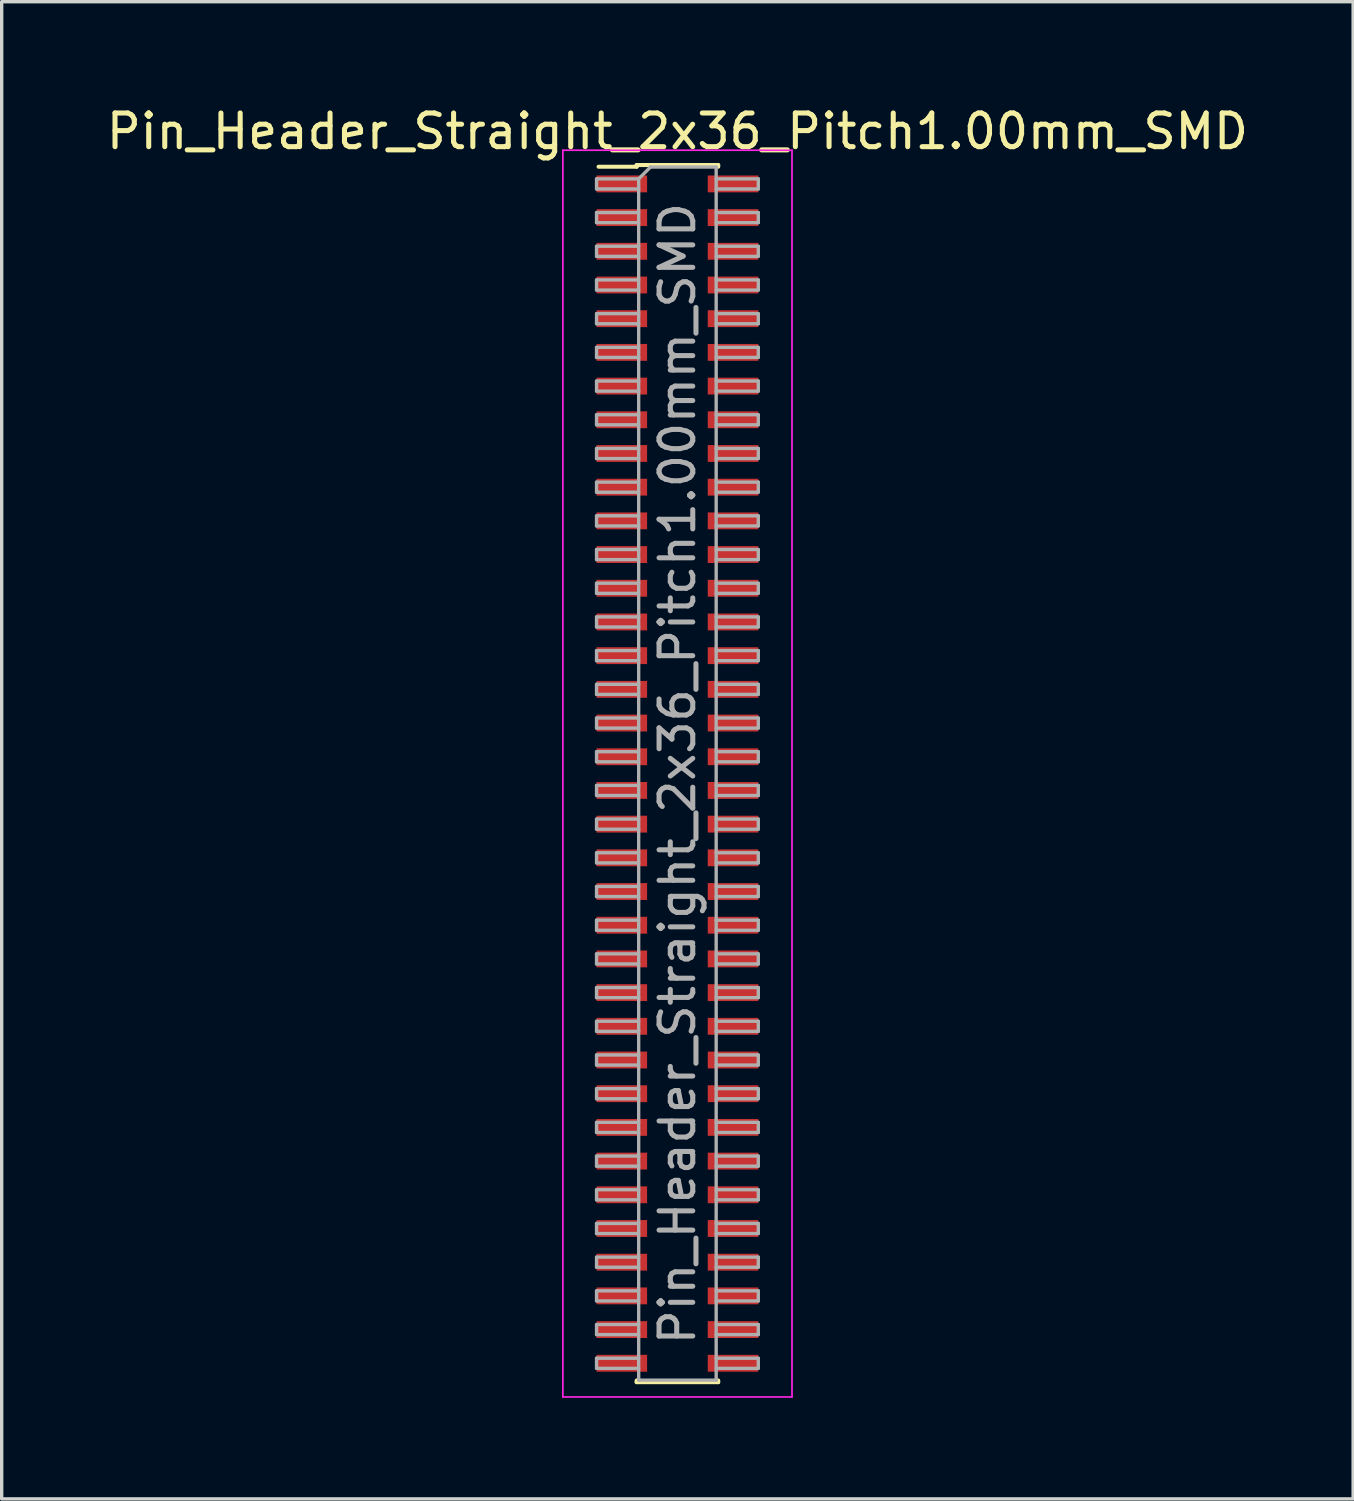
<source format=kicad_pcb>
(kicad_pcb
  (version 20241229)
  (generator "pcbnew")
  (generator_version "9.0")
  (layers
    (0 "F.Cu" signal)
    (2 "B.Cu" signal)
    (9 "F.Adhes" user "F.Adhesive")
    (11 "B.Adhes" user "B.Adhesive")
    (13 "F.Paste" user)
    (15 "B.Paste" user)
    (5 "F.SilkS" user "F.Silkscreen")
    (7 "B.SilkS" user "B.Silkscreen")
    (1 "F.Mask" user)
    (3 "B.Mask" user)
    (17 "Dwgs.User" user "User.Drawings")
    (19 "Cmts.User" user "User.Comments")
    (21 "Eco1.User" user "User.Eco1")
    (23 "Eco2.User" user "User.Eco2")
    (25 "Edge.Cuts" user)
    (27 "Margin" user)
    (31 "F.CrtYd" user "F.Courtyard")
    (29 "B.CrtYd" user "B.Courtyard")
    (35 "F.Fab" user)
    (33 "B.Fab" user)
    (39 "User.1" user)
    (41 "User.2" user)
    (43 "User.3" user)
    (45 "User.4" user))
  (footprint "Pin_Header_Straight_2x36_Pitch1.00mm_SMD"
    (layer "F.Cu")
    (at 17.054 19.908)
    (property "Reference" "Pin_Header_Straight_2x36_Pitch1.00mm_SMD" (at 0 -19.06 0) (layer "F.SilkS") (effects (font (size 1 1) (thickness 0.15))))
    (attr smd)
    (fp_line (start -2.34 -18.01) (end -1.21 -18.01) (stroke (width 0.12) (type solid)) (layer "F.SilkS"))
    (fp_line (start -1.21 -18.06) (end -1.21 -18.01) (stroke (width 0.12) (type solid)) (layer "F.SilkS"))
    (fp_line (start -1.21 -18.06) (end 1.21 -18.06) (stroke (width 0.12) (type solid)) (layer "F.SilkS"))
    (fp_line (start -1.21 18.01) (end -1.21 18.06) (stroke (width 0.12) (type solid)) (layer "F.SilkS"))
    (fp_line (start -1.21 18.06) (end 1.21 18.06) (stroke (width 0.12) (type solid)) (layer "F.SilkS"))
    (fp_line (start 1.21 -18.06) (end 1.21 -18.01) (stroke (width 0.12) (type solid)) (layer "F.SilkS"))
    (fp_line (start 1.21 18.01) (end 1.21 18.06) (stroke (width 0.12) (type solid)) (layer "F.SilkS"))
    (fp_line (start -3.4 -18.5) (end -3.4 18.5) (stroke (width 0.05) (type solid)) (layer "F.CrtYd"))
    (fp_line (start -3.4 18.5) (end 3.4 18.5) (stroke (width 0.05) (type solid)) (layer "F.CrtYd"))
    (fp_line (start 3.4 -18.5) (end -3.4 -18.5) (stroke (width 0.05) (type solid)) (layer "F.CrtYd"))
    (fp_line (start 3.4 18.5) (end 3.4 -18.5) (stroke (width 0.05) (type solid)) (layer "F.CrtYd"))
    (fp_line (start -2.4 -17.65) (end -2.4 -17.35) (stroke (width 0.1) (type solid)) (layer "F.Fab"))
    (fp_line (start -2.4 -17.35) (end -1.15 -17.35) (stroke (width 0.1) (type solid)) (layer "F.Fab"))
    (fp_line (start -2.4 -16.65) (end -2.4 -16.35) (stroke (width 0.1) (type solid)) (layer "F.Fab"))
    (fp_line (start -2.4 -16.35) (end -1.15 -16.35) (stroke (width 0.1) (type solid)) (layer "F.Fab"))
    (fp_line (start -2.4 -15.65) (end -2.4 -15.35) (stroke (width 0.1) (type solid)) (layer "F.Fab"))
    (fp_line (start -2.4 -15.35) (end -1.15 -15.35) (stroke (width 0.1) (type solid)) (layer "F.Fab"))
    (fp_line (start -2.4 -14.65) (end -2.4 -14.35) (stroke (width 0.1) (type solid)) (layer "F.Fab"))
    (fp_line (start -2.4 -14.35) (end -1.15 -14.35) (stroke (width 0.1) (type solid)) (layer "F.Fab"))
    (fp_line (start -2.4 -13.65) (end -2.4 -13.35) (stroke (width 0.1) (type solid)) (layer "F.Fab"))
    (fp_line (start -2.4 -13.35) (end -1.15 -13.35) (stroke (width 0.1) (type solid)) (layer "F.Fab"))
    (fp_line (start -2.4 -12.65) (end -2.4 -12.35) (stroke (width 0.1) (type solid)) (layer "F.Fab"))
    (fp_line (start -2.4 -12.35) (end -1.15 -12.35) (stroke (width 0.1) (type solid)) (layer "F.Fab"))
    (fp_line (start -2.4 -11.65) (end -2.4 -11.35) (stroke (width 0.1) (type solid)) (layer "F.Fab"))
    (fp_line (start -2.4 -11.35) (end -1.15 -11.35) (stroke (width 0.1) (type solid)) (layer "F.Fab"))
    (fp_line (start -2.4 -10.65) (end -2.4 -10.35) (stroke (width 0.1) (type solid)) (layer "F.Fab"))
    (fp_line (start -2.4 -10.35) (end -1.15 -10.35) (stroke (width 0.1) (type solid)) (layer "F.Fab"))
    (fp_line (start -2.4 -9.65) (end -2.4 -9.35) (stroke (width 0.1) (type solid)) (layer "F.Fab"))
    (fp_line (start -2.4 -9.35) (end -1.15 -9.35) (stroke (width 0.1) (type solid)) (layer "F.Fab"))
    (fp_line (start -2.4 -8.65) (end -2.4 -8.35) (stroke (width 0.1) (type solid)) (layer "F.Fab"))
    (fp_line (start -2.4 -8.35) (end -1.15 -8.35) (stroke (width 0.1) (type solid)) (layer "F.Fab"))
    (fp_line (start -2.4 -7.65) (end -2.4 -7.35) (stroke (width 0.1) (type solid)) (layer "F.Fab"))
    (fp_line (start -2.4 -7.35) (end -1.15 -7.35) (stroke (width 0.1) (type solid)) (layer "F.Fab"))
    (fp_line (start -2.4 -6.65) (end -2.4 -6.35) (stroke (width 0.1) (type solid)) (layer "F.Fab"))
    (fp_line (start -2.4 -6.35) (end -1.15 -6.35) (stroke (width 0.1) (type solid)) (layer "F.Fab"))
    (fp_line (start -2.4 -5.65) (end -2.4 -5.35) (stroke (width 0.1) (type solid)) (layer "F.Fab"))
    (fp_line (start -2.4 -5.35) (end -1.15 -5.35) (stroke (width 0.1) (type solid)) (layer "F.Fab"))
    (fp_line (start -2.4 -4.65) (end -2.4 -4.35) (stroke (width 0.1) (type solid)) (layer "F.Fab"))
    (fp_line (start -2.4 -4.35) (end -1.15 -4.35) (stroke (width 0.1) (type solid)) (layer "F.Fab"))
    (fp_line (start -2.4 -3.65) (end -2.4 -3.35) (stroke (width 0.1) (type solid)) (layer "F.Fab"))
    (fp_line (start -2.4 -3.35) (end -1.15 -3.35) (stroke (width 0.1) (type solid)) (layer "F.Fab"))
    (fp_line (start -2.4 -2.65) (end -2.4 -2.35) (stroke (width 0.1) (type solid)) (layer "F.Fab"))
    (fp_line (start -2.4 -2.35) (end -1.15 -2.35) (stroke (width 0.1) (type solid)) (layer "F.Fab"))
    (fp_line (start -2.4 -1.65) (end -2.4 -1.35) (stroke (width 0.1) (type solid)) (layer "F.Fab"))
    (fp_line (start -2.4 -1.35) (end -1.15 -1.35) (stroke (width 0.1) (type solid)) (layer "F.Fab"))
    (fp_line (start -2.4 -0.65) (end -2.4 -0.35) (stroke (width 0.1) (type solid)) (layer "F.Fab"))
    (fp_line (start -2.4 -0.35) (end -1.15 -0.35) (stroke (width 0.1) (type solid)) (layer "F.Fab"))
    (fp_line (start -2.4 0.35) (end -2.4 0.65) (stroke (width 0.1) (type solid)) (layer "F.Fab"))
    (fp_line (start -2.4 0.65) (end -1.15 0.65) (stroke (width 0.1) (type solid)) (layer "F.Fab"))
    (fp_line (start -2.4 1.35) (end -2.4 1.65) (stroke (width 0.1) (type solid)) (layer "F.Fab"))
    (fp_line (start -2.4 1.65) (end -1.15 1.65) (stroke (width 0.1) (type solid)) (layer "F.Fab"))
    (fp_line (start -2.4 2.35) (end -2.4 2.65) (stroke (width 0.1) (type solid)) (layer "F.Fab"))
    (fp_line (start -2.4 2.65) (end -1.15 2.65) (stroke (width 0.1) (type solid)) (layer "F.Fab"))
    (fp_line (start -2.4 3.35) (end -2.4 3.65) (stroke (width 0.1) (type solid)) (layer "F.Fab"))
    (fp_line (start -2.4 3.65) (end -1.15 3.65) (stroke (width 0.1) (type solid)) (layer "F.Fab"))
    (fp_line (start -2.4 4.35) (end -2.4 4.65) (stroke (width 0.1) (type solid)) (layer "F.Fab"))
    (fp_line (start -2.4 4.65) (end -1.15 4.65) (stroke (width 0.1) (type solid)) (layer "F.Fab"))
    (fp_line (start -2.4 5.35) (end -2.4 5.65) (stroke (width 0.1) (type solid)) (layer "F.Fab"))
    (fp_line (start -2.4 5.65) (end -1.15 5.65) (stroke (width 0.1) (type solid)) (layer "F.Fab"))
    (fp_line (start -2.4 6.35) (end -2.4 6.65) (stroke (width 0.1) (type solid)) (layer "F.Fab"))
    (fp_line (start -2.4 6.65) (end -1.15 6.65) (stroke (width 0.1) (type solid)) (layer "F.Fab"))
    (fp_line (start -2.4 7.35) (end -2.4 7.65) (stroke (width 0.1) (type solid)) (layer "F.Fab"))
    (fp_line (start -2.4 7.65) (end -1.15 7.65) (stroke (width 0.1) (type solid)) (layer "F.Fab"))
    (fp_line (start -2.4 8.35) (end -2.4 8.65) (stroke (width 0.1) (type solid)) (layer "F.Fab"))
    (fp_line (start -2.4 8.65) (end -1.15 8.65) (stroke (width 0.1) (type solid)) (layer "F.Fab"))
    (fp_line (start -2.4 9.35) (end -2.4 9.65) (stroke (width 0.1) (type solid)) (layer "F.Fab"))
    (fp_line (start -2.4 9.65) (end -1.15 9.65) (stroke (width 0.1) (type solid)) (layer "F.Fab"))
    (fp_line (start -2.4 10.35) (end -2.4 10.65) (stroke (width 0.1) (type solid)) (layer "F.Fab"))
    (fp_line (start -2.4 10.65) (end -1.15 10.65) (stroke (width 0.1) (type solid)) (layer "F.Fab"))
    (fp_line (start -2.4 11.35) (end -2.4 11.65) (stroke (width 0.1) (type solid)) (layer "F.Fab"))
    (fp_line (start -2.4 11.65) (end -1.15 11.65) (stroke (width 0.1) (type solid)) (layer "F.Fab"))
    (fp_line (start -2.4 12.35) (end -2.4 12.65) (stroke (width 0.1) (type solid)) (layer "F.Fab"))
    (fp_line (start -2.4 12.65) (end -1.15 12.65) (stroke (width 0.1) (type solid)) (layer "F.Fab"))
    (fp_line (start -2.4 13.35) (end -2.4 13.65) (stroke (width 0.1) (type solid)) (layer "F.Fab"))
    (fp_line (start -2.4 13.65) (end -1.15 13.65) (stroke (width 0.1) (type solid)) (layer "F.Fab"))
    (fp_line (start -2.4 14.35) (end -2.4 14.65) (stroke (width 0.1) (type solid)) (layer "F.Fab"))
    (fp_line (start -2.4 14.65) (end -1.15 14.65) (stroke (width 0.1) (type solid)) (layer "F.Fab"))
    (fp_line (start -2.4 15.35) (end -2.4 15.65) (stroke (width 0.1) (type solid)) (layer "F.Fab"))
    (fp_line (start -2.4 15.65) (end -1.15 15.65) (stroke (width 0.1) (type solid)) (layer "F.Fab"))
    (fp_line (start -2.4 16.35) (end -2.4 16.65) (stroke (width 0.1) (type solid)) (layer "F.Fab"))
    (fp_line (start -2.4 16.65) (end -1.15 16.65) (stroke (width 0.1) (type solid)) (layer "F.Fab"))
    (fp_line (start -2.4 17.35) (end -2.4 17.65) (stroke (width 0.1) (type solid)) (layer "F.Fab"))
    (fp_line (start -2.4 17.65) (end -1.15 17.65) (stroke (width 0.1) (type solid)) (layer "F.Fab"))
    (fp_line (start -1.15 -17.65) (end -2.4 -17.65) (stroke (width 0.1) (type solid)) (layer "F.Fab"))
    (fp_line (start -1.15 -17.65) (end -0.8 -18) (stroke (width 0.1) (type solid)) (layer "F.Fab"))
    (fp_line (start -1.15 -16.65) (end -2.4 -16.65) (stroke (width 0.1) (type solid)) (layer "F.Fab"))
    (fp_line (start -1.15 -15.65) (end -2.4 -15.65) (stroke (width 0.1) (type solid)) (layer "F.Fab"))
    (fp_line (start -1.15 -14.65) (end -2.4 -14.65) (stroke (width 0.1) (type solid)) (layer "F.Fab"))
    (fp_line (start -1.15 -13.65) (end -2.4 -13.65) (stroke (width 0.1) (type solid)) (layer "F.Fab"))
    (fp_line (start -1.15 -12.65) (end -2.4 -12.65) (stroke (width 0.1) (type solid)) (layer "F.Fab"))
    (fp_line (start -1.15 -11.65) (end -2.4 -11.65) (stroke (width 0.1) (type solid)) (layer "F.Fab"))
    (fp_line (start -1.15 -10.65) (end -2.4 -10.65) (stroke (width 0.1) (type solid)) (layer "F.Fab"))
    (fp_line (start -1.15 -9.65) (end -2.4 -9.65) (stroke (width 0.1) (type solid)) (layer "F.Fab"))
    (fp_line (start -1.15 -8.65) (end -2.4 -8.65) (stroke (width 0.1) (type solid)) (layer "F.Fab"))
    (fp_line (start -1.15 -7.65) (end -2.4 -7.65) (stroke (width 0.1) (type solid)) (layer "F.Fab"))
    (fp_line (start -1.15 -6.65) (end -2.4 -6.65) (stroke (width 0.1) (type solid)) (layer "F.Fab"))
    (fp_line (start -1.15 -5.65) (end -2.4 -5.65) (stroke (width 0.1) (type solid)) (layer "F.Fab"))
    (fp_line (start -1.15 -4.65) (end -2.4 -4.65) (stroke (width 0.1) (type solid)) (layer "F.Fab"))
    (fp_line (start -1.15 -3.65) (end -2.4 -3.65) (stroke (width 0.1) (type solid)) (layer "F.Fab"))
    (fp_line (start -1.15 -2.65) (end -2.4 -2.65) (stroke (width 0.1) (type solid)) (layer "F.Fab"))
    (fp_line (start -1.15 -1.65) (end -2.4 -1.65) (stroke (width 0.1) (type solid)) (layer "F.Fab"))
    (fp_line (start -1.15 -0.65) (end -2.4 -0.65) (stroke (width 0.1) (type solid)) (layer "F.Fab"))
    (fp_line (start -1.15 0.35) (end -2.4 0.35) (stroke (width 0.1) (type solid)) (layer "F.Fab"))
    (fp_line (start -1.15 1.35) (end -2.4 1.35) (stroke (width 0.1) (type solid)) (layer "F.Fab"))
    (fp_line (start -1.15 2.35) (end -2.4 2.35) (stroke (width 0.1) (type solid)) (layer "F.Fab"))
    (fp_line (start -1.15 3.35) (end -2.4 3.35) (stroke (width 0.1) (type solid)) (layer "F.Fab"))
    (fp_line (start -1.15 4.35) (end -2.4 4.35) (stroke (width 0.1) (type solid)) (layer "F.Fab"))
    (fp_line (start -1.15 5.35) (end -2.4 5.35) (stroke (width 0.1) (type solid)) (layer "F.Fab"))
    (fp_line (start -1.15 6.35) (end -2.4 6.35) (stroke (width 0.1) (type solid)) (layer "F.Fab"))
    (fp_line (start -1.15 7.35) (end -2.4 7.35) (stroke (width 0.1) (type solid)) (layer "F.Fab"))
    (fp_line (start -1.15 8.35) (end -2.4 8.35) (stroke (width 0.1) (type solid)) (layer "F.Fab"))
    (fp_line (start -1.15 9.35) (end -2.4 9.35) (stroke (width 0.1) (type solid)) (layer "F.Fab"))
    (fp_line (start -1.15 10.35) (end -2.4 10.35) (stroke (width 0.1) (type solid)) (layer "F.Fab"))
    (fp_line (start -1.15 11.35) (end -2.4 11.35) (stroke (width 0.1) (type solid)) (layer "F.Fab"))
    (fp_line (start -1.15 12.35) (end -2.4 12.35) (stroke (width 0.1) (type solid)) (layer "F.Fab"))
    (fp_line (start -1.15 13.35) (end -2.4 13.35) (stroke (width 0.1) (type solid)) (layer "F.Fab"))
    (fp_line (start -1.15 14.35) (end -2.4 14.35) (stroke (width 0.1) (type solid)) (layer "F.Fab"))
    (fp_line (start -1.15 15.35) (end -2.4 15.35) (stroke (width 0.1) (type solid)) (layer "F.Fab"))
    (fp_line (start -1.15 16.35) (end -2.4 16.35) (stroke (width 0.1) (type solid)) (layer "F.Fab"))
    (fp_line (start -1.15 17.35) (end -2.4 17.35) (stroke (width 0.1) (type solid)) (layer "F.Fab"))
    (fp_line (start -1.15 18) (end -1.15 -17.65) (stroke (width 0.1) (type solid)) (layer "F.Fab"))
    (fp_line (start -0.8 -18) (end 1.15 -18) (stroke (width 0.1) (type solid)) (layer "F.Fab"))
    (fp_line (start 1.15 -18) (end 1.15 18) (stroke (width 0.1) (type solid)) (layer "F.Fab"))
    (fp_line (start 1.15 -17.65) (end 2.4 -17.65) (stroke (width 0.1) (type solid)) (layer "F.Fab"))
    (fp_line (start 1.15 -16.65) (end 2.4 -16.65) (stroke (width 0.1) (type solid)) (layer "F.Fab"))
    (fp_line (start 1.15 -15.65) (end 2.4 -15.65) (stroke (width 0.1) (type solid)) (layer "F.Fab"))
    (fp_line (start 1.15 -14.65) (end 2.4 -14.65) (stroke (width 0.1) (type solid)) (layer "F.Fab"))
    (fp_line (start 1.15 -13.65) (end 2.4 -13.65) (stroke (width 0.1) (type solid)) (layer "F.Fab"))
    (fp_line (start 1.15 -12.65) (end 2.4 -12.65) (stroke (width 0.1) (type solid)) (layer "F.Fab"))
    (fp_line (start 1.15 -11.65) (end 2.4 -11.65) (stroke (width 0.1) (type solid)) (layer "F.Fab"))
    (fp_line (start 1.15 -10.65) (end 2.4 -10.65) (stroke (width 0.1) (type solid)) (layer "F.Fab"))
    (fp_line (start 1.15 -9.65) (end 2.4 -9.65) (stroke (width 0.1) (type solid)) (layer "F.Fab"))
    (fp_line (start 1.15 -8.65) (end 2.4 -8.65) (stroke (width 0.1) (type solid)) (layer "F.Fab"))
    (fp_line (start 1.15 -7.65) (end 2.4 -7.65) (stroke (width 0.1) (type solid)) (layer "F.Fab"))
    (fp_line (start 1.15 -6.65) (end 2.4 -6.65) (stroke (width 0.1) (type solid)) (layer "F.Fab"))
    (fp_line (start 1.15 -5.65) (end 2.4 -5.65) (stroke (width 0.1) (type solid)) (layer "F.Fab"))
    (fp_line (start 1.15 -4.65) (end 2.4 -4.65) (stroke (width 0.1) (type solid)) (layer "F.Fab"))
    (fp_line (start 1.15 -3.65) (end 2.4 -3.65) (stroke (width 0.1) (type solid)) (layer "F.Fab"))
    (fp_line (start 1.15 -2.65) (end 2.4 -2.65) (stroke (width 0.1) (type solid)) (layer "F.Fab"))
    (fp_line (start 1.15 -1.65) (end 2.4 -1.65) (stroke (width 0.1) (type solid)) (layer "F.Fab"))
    (fp_line (start 1.15 -0.65) (end 2.4 -0.65) (stroke (width 0.1) (type solid)) (layer "F.Fab"))
    (fp_line (start 1.15 0.35) (end 2.4 0.35) (stroke (width 0.1) (type solid)) (layer "F.Fab"))
    (fp_line (start 1.15 1.35) (end 2.4 1.35) (stroke (width 0.1) (type solid)) (layer "F.Fab"))
    (fp_line (start 1.15 2.35) (end 2.4 2.35) (stroke (width 0.1) (type solid)) (layer "F.Fab"))
    (fp_line (start 1.15 3.35) (end 2.4 3.35) (stroke (width 0.1) (type solid)) (layer "F.Fab"))
    (fp_line (start 1.15 4.35) (end 2.4 4.35) (stroke (width 0.1) (type solid)) (layer "F.Fab"))
    (fp_line (start 1.15 5.35) (end 2.4 5.35) (stroke (width 0.1) (type solid)) (layer "F.Fab"))
    (fp_line (start 1.15 6.35) (end 2.4 6.35) (stroke (width 0.1) (type solid)) (layer "F.Fab"))
    (fp_line (start 1.15 7.35) (end 2.4 7.35) (stroke (width 0.1) (type solid)) (layer "F.Fab"))
    (fp_line (start 1.15 8.35) (end 2.4 8.35) (stroke (width 0.1) (type solid)) (layer "F.Fab"))
    (fp_line (start 1.15 9.35) (end 2.4 9.35) (stroke (width 0.1) (type solid)) (layer "F.Fab"))
    (fp_line (start 1.15 10.35) (end 2.4 10.35) (stroke (width 0.1) (type solid)) (layer "F.Fab"))
    (fp_line (start 1.15 11.35) (end 2.4 11.35) (stroke (width 0.1) (type solid)) (layer "F.Fab"))
    (fp_line (start 1.15 12.35) (end 2.4 12.35) (stroke (width 0.1) (type solid)) (layer "F.Fab"))
    (fp_line (start 1.15 13.35) (end 2.4 13.35) (stroke (width 0.1) (type solid)) (layer "F.Fab"))
    (fp_line (start 1.15 14.35) (end 2.4 14.35) (stroke (width 0.1) (type solid)) (layer "F.Fab"))
    (fp_line (start 1.15 15.35) (end 2.4 15.35) (stroke (width 0.1) (type solid)) (layer "F.Fab"))
    (fp_line (start 1.15 16.35) (end 2.4 16.35) (stroke (width 0.1) (type solid)) (layer "F.Fab"))
    (fp_line (start 1.15 17.35) (end 2.4 17.35) (stroke (width 0.1) (type solid)) (layer "F.Fab"))
    (fp_line (start 1.15 18) (end -1.15 18) (stroke (width 0.1) (type solid)) (layer "F.Fab"))
    (fp_line (start 2.4 -17.65) (end 2.4 -17.35) (stroke (width 0.1) (type solid)) (layer "F.Fab"))
    (fp_line (start 2.4 -17.35) (end 1.15 -17.35) (stroke (width 0.1) (type solid)) (layer "F.Fab"))
    (fp_line (start 2.4 -16.65) (end 2.4 -16.35) (stroke (width 0.1) (type solid)) (layer "F.Fab"))
    (fp_line (start 2.4 -16.35) (end 1.15 -16.35) (stroke (width 0.1) (type solid)) (layer "F.Fab"))
    (fp_line (start 2.4 -15.65) (end 2.4 -15.35) (stroke (width 0.1) (type solid)) (layer "F.Fab"))
    (fp_line (start 2.4 -15.35) (end 1.15 -15.35) (stroke (width 0.1) (type solid)) (layer "F.Fab"))
    (fp_line (start 2.4 -14.65) (end 2.4 -14.35) (stroke (width 0.1) (type solid)) (layer "F.Fab"))
    (fp_line (start 2.4 -14.35) (end 1.15 -14.35) (stroke (width 0.1) (type solid)) (layer "F.Fab"))
    (fp_line (start 2.4 -13.65) (end 2.4 -13.35) (stroke (width 0.1) (type solid)) (layer "F.Fab"))
    (fp_line (start 2.4 -13.35) (end 1.15 -13.35) (stroke (width 0.1) (type solid)) (layer "F.Fab"))
    (fp_line (start 2.4 -12.65) (end 2.4 -12.35) (stroke (width 0.1) (type solid)) (layer "F.Fab"))
    (fp_line (start 2.4 -12.35) (end 1.15 -12.35) (stroke (width 0.1) (type solid)) (layer "F.Fab"))
    (fp_line (start 2.4 -11.65) (end 2.4 -11.35) (stroke (width 0.1) (type solid)) (layer "F.Fab"))
    (fp_line (start 2.4 -11.35) (end 1.15 -11.35) (stroke (width 0.1) (type solid)) (layer "F.Fab"))
    (fp_line (start 2.4 -10.65) (end 2.4 -10.35) (stroke (width 0.1) (type solid)) (layer "F.Fab"))
    (fp_line (start 2.4 -10.35) (end 1.15 -10.35) (stroke (width 0.1) (type solid)) (layer "F.Fab"))
    (fp_line (start 2.4 -9.65) (end 2.4 -9.35) (stroke (width 0.1) (type solid)) (layer "F.Fab"))
    (fp_line (start 2.4 -9.35) (end 1.15 -9.35) (stroke (width 0.1) (type solid)) (layer "F.Fab"))
    (fp_line (start 2.4 -8.65) (end 2.4 -8.35) (stroke (width 0.1) (type solid)) (layer "F.Fab"))
    (fp_line (start 2.4 -8.35) (end 1.15 -8.35) (stroke (width 0.1) (type solid)) (layer "F.Fab"))
    (fp_line (start 2.4 -7.65) (end 2.4 -7.35) (stroke (width 0.1) (type solid)) (layer "F.Fab"))
    (fp_line (start 2.4 -7.35) (end 1.15 -7.35) (stroke (width 0.1) (type solid)) (layer "F.Fab"))
    (fp_line (start 2.4 -6.65) (end 2.4 -6.35) (stroke (width 0.1) (type solid)) (layer "F.Fab"))
    (fp_line (start 2.4 -6.35) (end 1.15 -6.35) (stroke (width 0.1) (type solid)) (layer "F.Fab"))
    (fp_line (start 2.4 -5.65) (end 2.4 -5.35) (stroke (width 0.1) (type solid)) (layer "F.Fab"))
    (fp_line (start 2.4 -5.35) (end 1.15 -5.35) (stroke (width 0.1) (type solid)) (layer "F.Fab"))
    (fp_line (start 2.4 -4.65) (end 2.4 -4.35) (stroke (width 0.1) (type solid)) (layer "F.Fab"))
    (fp_line (start 2.4 -4.35) (end 1.15 -4.35) (stroke (width 0.1) (type solid)) (layer "F.Fab"))
    (fp_line (start 2.4 -3.65) (end 2.4 -3.35) (stroke (width 0.1) (type solid)) (layer "F.Fab"))
    (fp_line (start 2.4 -3.35) (end 1.15 -3.35) (stroke (width 0.1) (type solid)) (layer "F.Fab"))
    (fp_line (start 2.4 -2.65) (end 2.4 -2.35) (stroke (width 0.1) (type solid)) (layer "F.Fab"))
    (fp_line (start 2.4 -2.35) (end 1.15 -2.35) (stroke (width 0.1) (type solid)) (layer "F.Fab"))
    (fp_line (start 2.4 -1.65) (end 2.4 -1.35) (stroke (width 0.1) (type solid)) (layer "F.Fab"))
    (fp_line (start 2.4 -1.35) (end 1.15 -1.35) (stroke (width 0.1) (type solid)) (layer "F.Fab"))
    (fp_line (start 2.4 -0.65) (end 2.4 -0.35) (stroke (width 0.1) (type solid)) (layer "F.Fab"))
    (fp_line (start 2.4 -0.35) (end 1.15 -0.35) (stroke (width 0.1) (type solid)) (layer "F.Fab"))
    (fp_line (start 2.4 0.35) (end 2.4 0.65) (stroke (width 0.1) (type solid)) (layer "F.Fab"))
    (fp_line (start 2.4 0.65) (end 1.15 0.65) (stroke (width 0.1) (type solid)) (layer "F.Fab"))
    (fp_line (start 2.4 1.35) (end 2.4 1.65) (stroke (width 0.1) (type solid)) (layer "F.Fab"))
    (fp_line (start 2.4 1.65) (end 1.15 1.65) (stroke (width 0.1) (type solid)) (layer "F.Fab"))
    (fp_line (start 2.4 2.35) (end 2.4 2.65) (stroke (width 0.1) (type solid)) (layer "F.Fab"))
    (fp_line (start 2.4 2.65) (end 1.15 2.65) (stroke (width 0.1) (type solid)) (layer "F.Fab"))
    (fp_line (start 2.4 3.35) (end 2.4 3.65) (stroke (width 0.1) (type solid)) (layer "F.Fab"))
    (fp_line (start 2.4 3.65) (end 1.15 3.65) (stroke (width 0.1) (type solid)) (layer "F.Fab"))
    (fp_line (start 2.4 4.35) (end 2.4 4.65) (stroke (width 0.1) (type solid)) (layer "F.Fab"))
    (fp_line (start 2.4 4.65) (end 1.15 4.65) (stroke (width 0.1) (type solid)) (layer "F.Fab"))
    (fp_line (start 2.4 5.35) (end 2.4 5.65) (stroke (width 0.1) (type solid)) (layer "F.Fab"))
    (fp_line (start 2.4 5.65) (end 1.15 5.65) (stroke (width 0.1) (type solid)) (layer "F.Fab"))
    (fp_line (start 2.4 6.35) (end 2.4 6.65) (stroke (width 0.1) (type solid)) (layer "F.Fab"))
    (fp_line (start 2.4 6.65) (end 1.15 6.65) (stroke (width 0.1) (type solid)) (layer "F.Fab"))
    (fp_line (start 2.4 7.35) (end 2.4 7.65) (stroke (width 0.1) (type solid)) (layer "F.Fab"))
    (fp_line (start 2.4 7.65) (end 1.15 7.65) (stroke (width 0.1) (type solid)) (layer "F.Fab"))
    (fp_line (start 2.4 8.35) (end 2.4 8.65) (stroke (width 0.1) (type solid)) (layer "F.Fab"))
    (fp_line (start 2.4 8.65) (end 1.15 8.65) (stroke (width 0.1) (type solid)) (layer "F.Fab"))
    (fp_line (start 2.4 9.35) (end 2.4 9.65) (stroke (width 0.1) (type solid)) (layer "F.Fab"))
    (fp_line (start 2.4 9.65) (end 1.15 9.65) (stroke (width 0.1) (type solid)) (layer "F.Fab"))
    (fp_line (start 2.4 10.35) (end 2.4 10.65) (stroke (width 0.1) (type solid)) (layer "F.Fab"))
    (fp_line (start 2.4 10.65) (end 1.15 10.65) (stroke (width 0.1) (type solid)) (layer "F.Fab"))
    (fp_line (start 2.4 11.35) (end 2.4 11.65) (stroke (width 0.1) (type solid)) (layer "F.Fab"))
    (fp_line (start 2.4 11.65) (end 1.15 11.65) (stroke (width 0.1) (type solid)) (layer "F.Fab"))
    (fp_line (start 2.4 12.35) (end 2.4 12.65) (stroke (width 0.1) (type solid)) (layer "F.Fab"))
    (fp_line (start 2.4 12.65) (end 1.15 12.65) (stroke (width 0.1) (type solid)) (layer "F.Fab"))
    (fp_line (start 2.4 13.35) (end 2.4 13.65) (stroke (width 0.1) (type solid)) (layer "F.Fab"))
    (fp_line (start 2.4 13.65) (end 1.15 13.65) (stroke (width 0.1) (type solid)) (layer "F.Fab"))
    (fp_line (start 2.4 14.35) (end 2.4 14.65) (stroke (width 0.1) (type solid)) (layer "F.Fab"))
    (fp_line (start 2.4 14.65) (end 1.15 14.65) (stroke (width 0.1) (type solid)) (layer "F.Fab"))
    (fp_line (start 2.4 15.35) (end 2.4 15.65) (stroke (width 0.1) (type solid)) (layer "F.Fab"))
    (fp_line (start 2.4 15.65) (end 1.15 15.65) (stroke (width 0.1) (type solid)) (layer "F.Fab"))
    (fp_line (start 2.4 16.35) (end 2.4 16.65) (stroke (width 0.1) (type solid)) (layer "F.Fab"))
    (fp_line (start 2.4 16.65) (end 1.15 16.65) (stroke (width 0.1) (type solid)) (layer "F.Fab"))
    (fp_line (start 2.4 17.35) (end 2.4 17.65) (stroke (width 0.1) (type solid)) (layer "F.Fab"))
    (fp_line (start 2.4 17.65) (end 1.15 17.65) (stroke (width 0.1) (type solid)) (layer "F.Fab"))
    (fp_text user "${REFERENCE}" (at 0 0 90) (layer "F.Fab") (effects (font (size 1 1) (thickness 0.15))))
    (pad "1" smd rect (at -1.65 -17.5) (size 1.5 0.5) (layers "F.Cu" "F.Mask" "F.Paste"))
    (pad "2" smd rect (at 1.65 -17.5) (size 1.5 0.5) (layers "F.Cu" "F.Mask" "F.Paste"))
    (pad "3" smd rect (at -1.65 -16.5) (size 1.5 0.5) (layers "F.Cu" "F.Mask" "F.Paste"))
    (pad "4" smd rect (at 1.65 -16.5) (size 1.5 0.5) (layers "F.Cu" "F.Mask" "F.Paste"))
    (pad "5" smd rect (at -1.65 -15.5) (size 1.5 0.5) (layers "F.Cu" "F.Mask" "F.Paste"))
    (pad "6" smd rect (at 1.65 -15.5) (size 1.5 0.5) (layers "F.Cu" "F.Mask" "F.Paste"))
    (pad "7" smd rect (at -1.65 -14.5) (size 1.5 0.5) (layers "F.Cu" "F.Mask" "F.Paste"))
    (pad "8" smd rect (at 1.65 -14.5) (size 1.5 0.5) (layers "F.Cu" "F.Mask" "F.Paste"))
    (pad "9" smd rect (at -1.65 -13.5) (size 1.5 0.5) (layers "F.Cu" "F.Mask" "F.Paste"))
    (pad "10" smd rect (at 1.65 -13.5) (size 1.5 0.5) (layers "F.Cu" "F.Mask" "F.Paste"))
    (pad "11" smd rect (at -1.65 -12.5) (size 1.5 0.5) (layers "F.Cu" "F.Mask" "F.Paste"))
    (pad "12" smd rect (at 1.65 -12.5) (size 1.5 0.5) (layers "F.Cu" "F.Mask" "F.Paste"))
    (pad "13" smd rect (at -1.65 -11.5) (size 1.5 0.5) (layers "F.Cu" "F.Mask" "F.Paste"))
    (pad "14" smd rect (at 1.65 -11.5) (size 1.5 0.5) (layers "F.Cu" "F.Mask" "F.Paste"))
    (pad "15" smd rect (at -1.65 -10.5) (size 1.5 0.5) (layers "F.Cu" "F.Mask" "F.Paste"))
    (pad "16" smd rect (at 1.65 -10.5) (size 1.5 0.5) (layers "F.Cu" "F.Mask" "F.Paste"))
    (pad "17" smd rect (at -1.65 -9.5) (size 1.5 0.5) (layers "F.Cu" "F.Mask" "F.Paste"))
    (pad "18" smd rect (at 1.65 -9.5) (size 1.5 0.5) (layers "F.Cu" "F.Mask" "F.Paste"))
    (pad "19" smd rect (at -1.65 -8.5) (size 1.5 0.5) (layers "F.Cu" "F.Mask" "F.Paste"))
    (pad "20" smd rect (at 1.65 -8.5) (size 1.5 0.5) (layers "F.Cu" "F.Mask" "F.Paste"))
    (pad "21" smd rect (at -1.65 -7.5) (size 1.5 0.5) (layers "F.Cu" "F.Mask" "F.Paste"))
    (pad "22" smd rect (at 1.65 -7.5) (size 1.5 0.5) (layers "F.Cu" "F.Mask" "F.Paste"))
    (pad "23" smd rect (at -1.65 -6.5) (size 1.5 0.5) (layers "F.Cu" "F.Mask" "F.Paste"))
    (pad "24" smd rect (at 1.65 -6.5) (size 1.5 0.5) (layers "F.Cu" "F.Mask" "F.Paste"))
    (pad "25" smd rect (at -1.65 -5.5) (size 1.5 0.5) (layers "F.Cu" "F.Mask" "F.Paste"))
    (pad "26" smd rect (at 1.65 -5.5) (size 1.5 0.5) (layers "F.Cu" "F.Mask" "F.Paste"))
    (pad "27" smd rect (at -1.65 -4.5) (size 1.5 0.5) (layers "F.Cu" "F.Mask" "F.Paste"))
    (pad "28" smd rect (at 1.65 -4.5) (size 1.5 0.5) (layers "F.Cu" "F.Mask" "F.Paste"))
    (pad "29" smd rect (at -1.65 -3.5) (size 1.5 0.5) (layers "F.Cu" "F.Mask" "F.Paste"))
    (pad "30" smd rect (at 1.65 -3.5) (size 1.5 0.5) (layers "F.Cu" "F.Mask" "F.Paste"))
    (pad "31" smd rect (at -1.65 -2.5) (size 1.5 0.5) (layers "F.Cu" "F.Mask" "F.Paste"))
    (pad "32" smd rect (at 1.65 -2.5) (size 1.5 0.5) (layers "F.Cu" "F.Mask" "F.Paste"))
    (pad "33" smd rect (at -1.65 -1.5) (size 1.5 0.5) (layers "F.Cu" "F.Mask" "F.Paste"))
    (pad "34" smd rect (at 1.65 -1.5) (size 1.5 0.5) (layers "F.Cu" "F.Mask" "F.Paste"))
    (pad "35" smd rect (at -1.65 -0.5) (size 1.5 0.5) (layers "F.Cu" "F.Mask" "F.Paste"))
    (pad "36" smd rect (at 1.65 -0.5) (size 1.5 0.5) (layers "F.Cu" "F.Mask" "F.Paste"))
    (pad "37" smd rect (at -1.65 0.5) (size 1.5 0.5) (layers "F.Cu" "F.Mask" "F.Paste"))
    (pad "38" smd rect (at 1.65 0.5) (size 1.5 0.5) (layers "F.Cu" "F.Mask" "F.Paste"))
    (pad "39" smd rect (at -1.65 1.5) (size 1.5 0.5) (layers "F.Cu" "F.Mask" "F.Paste"))
    (pad "40" smd rect (at 1.65 1.5) (size 1.5 0.5) (layers "F.Cu" "F.Mask" "F.Paste"))
    (pad "41" smd rect (at -1.65 2.5) (size 1.5 0.5) (layers "F.Cu" "F.Mask" "F.Paste"))
    (pad "42" smd rect (at 1.65 2.5) (size 1.5 0.5) (layers "F.Cu" "F.Mask" "F.Paste"))
    (pad "43" smd rect (at -1.65 3.5) (size 1.5 0.5) (layers "F.Cu" "F.Mask" "F.Paste"))
    (pad "44" smd rect (at 1.65 3.5) (size 1.5 0.5) (layers "F.Cu" "F.Mask" "F.Paste"))
    (pad "45" smd rect (at -1.65 4.5) (size 1.5 0.5) (layers "F.Cu" "F.Mask" "F.Paste"))
    (pad "46" smd rect (at 1.65 4.5) (size 1.5 0.5) (layers "F.Cu" "F.Mask" "F.Paste"))
    (pad "47" smd rect (at -1.65 5.5) (size 1.5 0.5) (layers "F.Cu" "F.Mask" "F.Paste"))
    (pad "48" smd rect (at 1.65 5.5) (size 1.5 0.5) (layers "F.Cu" "F.Mask" "F.Paste"))
    (pad "49" smd rect (at -1.65 6.5) (size 1.5 0.5) (layers "F.Cu" "F.Mask" "F.Paste"))
    (pad "50" smd rect (at 1.65 6.5) (size 1.5 0.5) (layers "F.Cu" "F.Mask" "F.Paste"))
    (pad "51" smd rect (at -1.65 7.5) (size 1.5 0.5) (layers "F.Cu" "F.Mask" "F.Paste"))
    (pad "52" smd rect (at 1.65 7.5) (size 1.5 0.5) (layers "F.Cu" "F.Mask" "F.Paste"))
    (pad "53" smd rect (at -1.65 8.5) (size 1.5 0.5) (layers "F.Cu" "F.Mask" "F.Paste"))
    (pad "54" smd rect (at 1.65 8.5) (size 1.5 0.5) (layers "F.Cu" "F.Mask" "F.Paste"))
    (pad "55" smd rect (at -1.65 9.5) (size 1.5 0.5) (layers "F.Cu" "F.Mask" "F.Paste"))
    (pad "56" smd rect (at 1.65 9.5) (size 1.5 0.5) (layers "F.Cu" "F.Mask" "F.Paste"))
    (pad "57" smd rect (at -1.65 10.5) (size 1.5 0.5) (layers "F.Cu" "F.Mask" "F.Paste"))
    (pad "58" smd rect (at 1.65 10.5) (size 1.5 0.5) (layers "F.Cu" "F.Mask" "F.Paste"))
    (pad "59" smd rect (at -1.65 11.5) (size 1.5 0.5) (layers "F.Cu" "F.Mask" "F.Paste"))
    (pad "60" smd rect (at 1.65 11.5) (size 1.5 0.5) (layers "F.Cu" "F.Mask" "F.Paste"))
    (pad "61" smd rect (at -1.65 12.5) (size 1.5 0.5) (layers "F.Cu" "F.Mask" "F.Paste"))
    (pad "62" smd rect (at 1.65 12.5) (size 1.5 0.5) (layers "F.Cu" "F.Mask" "F.Paste"))
    (pad "63" smd rect (at -1.65 13.5) (size 1.5 0.5) (layers "F.Cu" "F.Mask" "F.Paste"))
    (pad "64" smd rect (at 1.65 13.5) (size 1.5 0.5) (layers "F.Cu" "F.Mask" "F.Paste"))
    (pad "65" smd rect (at -1.65 14.5) (size 1.5 0.5) (layers "F.Cu" "F.Mask" "F.Paste"))
    (pad "66" smd rect (at 1.65 14.5) (size 1.5 0.5) (layers "F.Cu" "F.Mask" "F.Paste"))
    (pad "67" smd rect (at -1.65 15.5) (size 1.5 0.5) (layers "F.Cu" "F.Mask" "F.Paste"))
    (pad "68" smd rect (at 1.65 15.5) (size 1.5 0.5) (layers "F.Cu" "F.Mask" "F.Paste"))
    (pad "69" smd rect (at -1.65 16.5) (size 1.5 0.5) (layers "F.Cu" "F.Mask" "F.Paste"))
    (pad "70" smd rect (at 1.65 16.5) (size 1.5 0.5) (layers "F.Cu" "F.Mask" "F.Paste"))
    (pad "71" smd rect (at -1.65 17.5) (size 1.5 0.5) (layers "F.Cu" "F.Mask" "F.Paste"))
    (pad "72" smd rect (at 1.65 17.5) (size 1.5 0.5) (layers "F.Cu" "F.Mask" "F.Paste")))
  (gr_rect
    (start -3 -3)
    (end 37.107 41.433)
    (stroke (width 0.1) (type default))
    (fill no)
    (layer "Edge.Cuts")))
</source>
